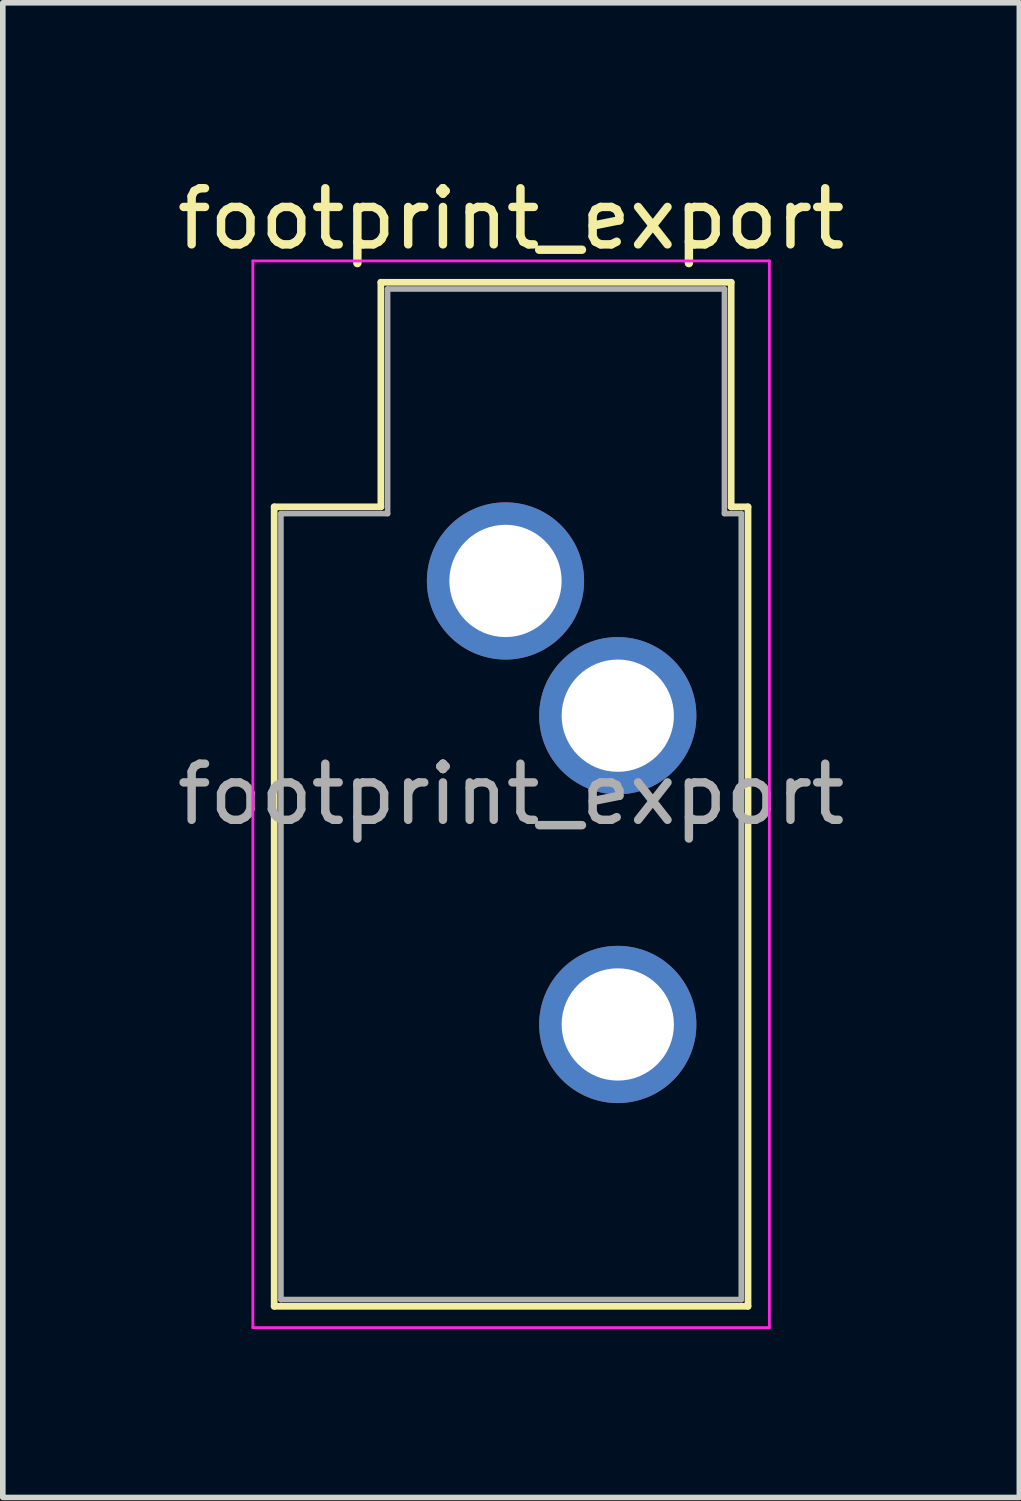
<source format=kicad_pcb>
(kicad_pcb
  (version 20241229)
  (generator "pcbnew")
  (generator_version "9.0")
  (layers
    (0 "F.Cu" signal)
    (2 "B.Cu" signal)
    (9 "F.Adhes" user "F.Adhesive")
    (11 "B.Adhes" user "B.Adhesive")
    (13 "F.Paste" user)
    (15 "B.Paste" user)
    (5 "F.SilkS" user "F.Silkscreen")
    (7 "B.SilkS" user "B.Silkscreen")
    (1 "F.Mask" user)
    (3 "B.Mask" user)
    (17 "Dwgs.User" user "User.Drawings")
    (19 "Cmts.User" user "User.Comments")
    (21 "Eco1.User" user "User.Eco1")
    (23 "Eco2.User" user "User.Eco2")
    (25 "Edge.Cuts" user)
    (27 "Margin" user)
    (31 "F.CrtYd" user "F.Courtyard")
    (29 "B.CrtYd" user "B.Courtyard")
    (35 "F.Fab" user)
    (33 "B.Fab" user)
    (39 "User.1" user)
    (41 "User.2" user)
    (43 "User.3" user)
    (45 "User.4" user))
  (footprint "footprint_export"
    (layer "F.Cu")
    (at 5.954 7.298)
    (property "Reference" "footprint_export" (at 0.1 -6.45 0) (layer "F.SilkS") (effects (font (size 1 1) (thickness 0.15))))
    (attr through_hole)
    (fp_line (start -4.12 -1.32) (end -2.22 -1.32) (stroke (width 0.12) (type solid)) (layer "F.SilkS"))
    (fp_line (start -4.12 12.92) (end -4.12 -1.32) (stroke (width 0.12) (type solid)) (layer "F.SilkS"))
    (fp_line (start -2.22 -5.32) (end 4.02 -5.32) (stroke (width 0.12) (type solid)) (layer "F.SilkS"))
    (fp_line (start -2.22 -1.32) (end -2.22 -5.32) (stroke (width 0.12) (type solid)) (layer "F.SilkS"))
    (fp_line (start 4.02 -5.32) (end 4.02 -1.32) (stroke (width 0.12) (type solid)) (layer "F.SilkS"))
    (fp_line (start 4.02 -1.32) (end 4.32 -1.32) (stroke (width 0.12) (type solid)) (layer "F.SilkS"))
    (fp_line (start 4.32 -1.32) (end 4.32 12.92) (stroke (width 0.12) (type solid)) (layer "F.SilkS"))
    (fp_line (start 4.32 12.92) (end -4.12 12.92) (stroke (width 0.12) (type solid)) (layer "F.SilkS"))
    (fp_line (start -4.5 -5.7) (end -4.5 13.3) (stroke (width 0.05) (type solid)) (layer "F.CrtYd"))
    (fp_line (start -4.5 13.3) (end 4.7 13.3) (stroke (width 0.05) (type solid)) (layer "F.CrtYd"))
    (fp_line (start 4.7 -5.7) (end -4.5 -5.7) (stroke (width 0.05) (type solid)) (layer "F.CrtYd"))
    (fp_line (start 4.7 13.3) (end 4.7 -5.7) (stroke (width 0.05) (type solid)) (layer "F.CrtYd"))
    (fp_line (start -4 -1.2) (end -2.1 -1.2) (stroke (width 0.1) (type solid)) (layer "F.Fab"))
    (fp_line (start -4 12.8) (end -4 -1.2) (stroke (width 0.1) (type solid)) (layer "F.Fab"))
    (fp_line (start -2.1 -5.2) (end 3.9 -5.2) (stroke (width 0.1) (type solid)) (layer "F.Fab"))
    (fp_line (start -2.1 -1.2) (end -2.1 -5.2) (stroke (width 0.1) (type solid)) (layer "F.Fab"))
    (fp_line (start 3.9 -5.2) (end 3.9 -1.2) (stroke (width 0.1) (type solid)) (layer "F.Fab"))
    (fp_line (start 3.9 -1.2) (end 4.2 -1.2) (stroke (width 0.1) (type solid)) (layer "F.Fab"))
    (fp_line (start 4.2 -1.2) (end 4.2 12.8) (stroke (width 0.1) (type solid)) (layer "F.Fab"))
    (fp_line (start 4.2 12.8) (end -4 12.8) (stroke (width 0.1) (type solid)) (layer "F.Fab"))
    (fp_text user "${REFERENCE}" (at 0.1 3.8 0) (layer "F.Fab") (effects (font (size 1 1) (thickness 0.15))))
    (pad "R" thru_hole circle (at 2 7.9) (size 2.8 2.8) (drill 2) (layers "*.Cu" "*.Mask"))
    (pad "S" thru_hole circle (at 0 0) (size 2.8 2.8) (drill 2) (layers "*.Cu" "*.Mask"))
    (pad "T" thru_hole circle (at 2 2.4) (size 2.8 2.8) (drill 2) (layers "*.Cu" "*.Mask")))
  (gr_rect
    (start -3 -3)
    (end 15.107 23.623)
    (stroke (width 0.1) (type default))
    (fill no)
    (layer "Edge.Cuts")))
</source>
